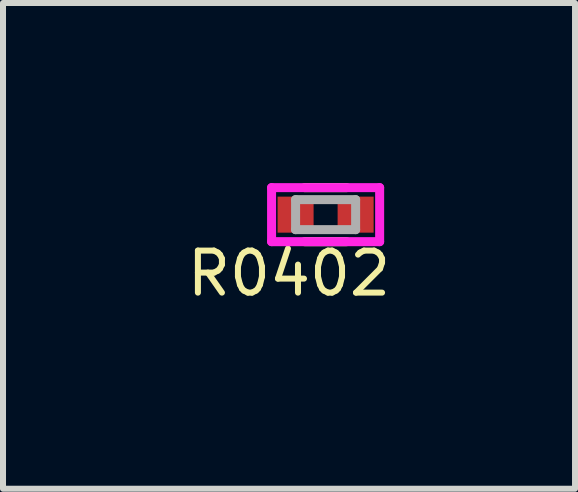
<source format=kicad_pcb>
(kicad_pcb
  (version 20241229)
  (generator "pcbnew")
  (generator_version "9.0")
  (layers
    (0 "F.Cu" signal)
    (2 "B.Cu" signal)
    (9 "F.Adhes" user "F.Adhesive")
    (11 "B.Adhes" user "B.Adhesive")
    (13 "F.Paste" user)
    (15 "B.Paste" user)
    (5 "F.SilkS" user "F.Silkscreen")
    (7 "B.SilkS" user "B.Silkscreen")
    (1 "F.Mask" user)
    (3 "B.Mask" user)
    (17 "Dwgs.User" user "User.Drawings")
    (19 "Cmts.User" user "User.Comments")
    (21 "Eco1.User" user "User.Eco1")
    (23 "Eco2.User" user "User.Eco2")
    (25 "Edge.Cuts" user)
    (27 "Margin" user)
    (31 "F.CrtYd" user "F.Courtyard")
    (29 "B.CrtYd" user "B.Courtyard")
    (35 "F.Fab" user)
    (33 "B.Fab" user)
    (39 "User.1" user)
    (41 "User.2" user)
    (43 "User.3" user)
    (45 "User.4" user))
  (footprint "R0402"
    (layer "F.Cu")
    (at 2.373 0.525)
    (property "Reference" "R0402" (at -0.61 0.98 0) (layer "F.SilkS") (effects (font (size 0.7 0.7) (thickness 0.1))))
    (attr smd)
    (fp_line (start -0.35 -0.45) (end 0.35 -0.45) (stroke (width 0.15) (type solid)) (layer "F.SilkS"))
    (fp_line (start -0.35 0.45) (end 0.35 0.45) (stroke (width 0.15) (type solid)) (layer "F.SilkS"))
    (fp_line (start -0.9 -0.45) (end 0.9 -0.45) (stroke (width 0.15) (type solid)) (layer "F.CrtYd"))
    (fp_line (start -0.9 0.45) (end -0.9 -0.45) (stroke (width 0.15) (type solid)) (layer "F.CrtYd"))
    (fp_line (start 0.9 -0.45) (end 0.9 0.45) (stroke (width 0.15) (type solid)) (layer "F.CrtYd"))
    (fp_line (start 0.9 0.45) (end -0.9 0.45) (stroke (width 0.15) (type solid)) (layer "F.CrtYd"))
    (fp_line (start -0.5 -0.25) (end 0.5 -0.25) (stroke (width 0.15) (type solid)) (layer "F.Fab"))
    (fp_line (start -0.5 0.25) (end -0.5 -0.25) (stroke (width 0.15) (type solid)) (layer "F.Fab"))
    (fp_line (start 0.5 -0.25) (end 0.5 0.25) (stroke (width 0.15) (type solid)) (layer "F.Fab"))
    (fp_line (start 0.5 0.25) (end -0.5 0.25) (stroke (width 0.15) (type solid)) (layer "F.Fab"))
    (pad "1" smd rect (at -0.5 0) (size 0.6 0.6) (layers "F.Cu" "F.Mask" "F.Paste"))
    (pad "2" smd rect (at 0.5 0) (size 0.6 0.6) (layers "F.Cu" "F.Mask" "F.Paste")))
  (gr_rect
    (start -3 -3)
    (end 6.527 5.09)
    (stroke (width 0.1) (type default))
    (fill no)
    (layer "Edge.Cuts")))
</source>
